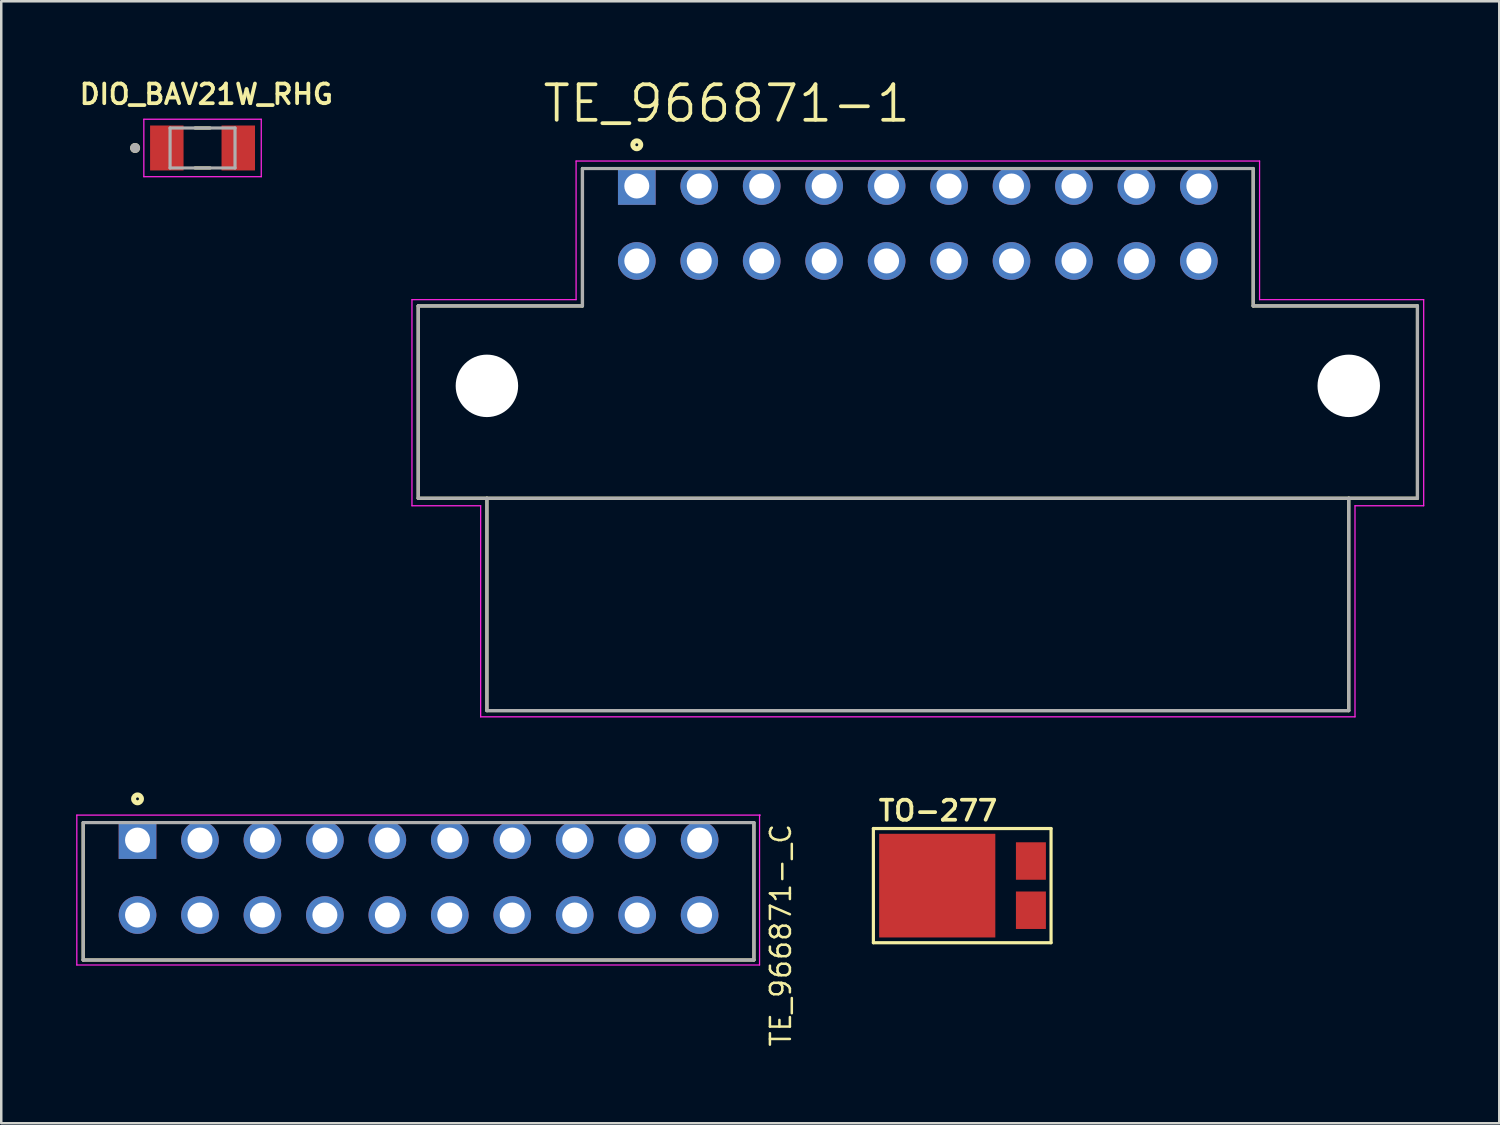
<source format=kicad_pcb>
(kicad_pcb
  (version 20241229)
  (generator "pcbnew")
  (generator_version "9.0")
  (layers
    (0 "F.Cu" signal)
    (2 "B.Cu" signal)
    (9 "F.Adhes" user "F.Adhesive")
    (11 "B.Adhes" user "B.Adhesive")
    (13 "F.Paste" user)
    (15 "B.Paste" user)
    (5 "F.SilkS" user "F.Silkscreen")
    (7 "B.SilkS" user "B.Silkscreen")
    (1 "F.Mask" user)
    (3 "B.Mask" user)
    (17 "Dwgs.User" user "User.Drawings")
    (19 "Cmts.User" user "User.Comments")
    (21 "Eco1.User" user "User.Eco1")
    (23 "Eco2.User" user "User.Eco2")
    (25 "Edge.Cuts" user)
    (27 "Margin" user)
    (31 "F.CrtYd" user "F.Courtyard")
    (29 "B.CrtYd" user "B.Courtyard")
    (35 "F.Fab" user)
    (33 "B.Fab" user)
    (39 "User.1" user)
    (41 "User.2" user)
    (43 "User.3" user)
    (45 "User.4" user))
  (footprint "DIO_BAV21W_RHG"
    (layer "F.Cu")
    (at 5.058 2.874)
    (property "Reference" "DIO_BAV21W_RHG" (at 0.15 -2.15 0) (layer "F.SilkS") (effects (font (size 0.787 0.787) (thickness 0.15))))
    (attr through_hole)
    (fp_line (start 0.3 -0.8) (end -0.3 -0.8) (stroke (width 0.127) (type solid)) (layer "F.SilkS"))
    (fp_line (start 0.3 0.8) (end -0.3 0.8) (stroke (width 0.127) (type solid)) (layer "F.SilkS"))
    (fp_circle (center -2.7 0) (end -2.6 0) (stroke (width 0.2) (type solid)) (fill no) (layer "F.SilkS"))
    (fp_line (start -2.35 -1.15) (end -2.35 1.15) (stroke (width 0.05) (type solid)) (layer "F.CrtYd"))
    (fp_line (start -2.35 1.15) (end 2.35 1.15) (stroke (width 0.05) (type solid)) (layer "F.CrtYd"))
    (fp_line (start 2.35 -1.15) (end -2.35 -1.15) (stroke (width 0.05) (type solid)) (layer "F.CrtYd"))
    (fp_line (start 2.35 1.15) (end 2.35 -1.15) (stroke (width 0.05) (type solid)) (layer "F.CrtYd"))
    (fp_line (start -1.3 -0.8) (end -1.3 0.8) (stroke (width 0.127) (type solid)) (layer "F.Fab"))
    (fp_line (start -1.3 0.8) (end 1.3 0.8) (stroke (width 0.127) (type solid)) (layer "F.Fab"))
    (fp_line (start 1.3 -0.8) (end -1.3 -0.8) (stroke (width 0.127) (type solid)) (layer "F.Fab"))
    (fp_line (start 1.3 0.8) (end 1.3 -0.8) (stroke (width 0.127) (type solid)) (layer "F.Fab"))
    (fp_circle (center -2.7 0) (end -2.6 0) (stroke (width 0.2) (type solid)) (fill no) (layer "F.Fab"))
    (pad "A" smd rect (at 1.43 0) (size 1.34 1.8) (layers "F.Cu" "F.Mask" "F.Paste"))
    (pad "C" smd rect (at -1.43 0) (size 1.34 1.8) (layers "F.Cu" "F.Mask" "F.Paste")))
  (footprint "TO-277"
    (layer "F.Cu")
    (at 35.468 32.402)
    (property "Reference" "TO-277" (at -0.968 -3 0) (layer "F.SilkS") (effects (font (size 0.8 0.8) (thickness 0.15))))
    (attr through_hole)
    (fp_line (start -3.556 -2.286) (end 3.556 -2.286) (stroke (width 0.127) (type solid)) (layer "F.SilkS"))
    (fp_line (start -3.556 2.286) (end -3.556 -2.286) (stroke (width 0.127) (type solid)) (layer "F.SilkS"))
    (fp_line (start 3.556 -2.286) (end 3.556 2.286) (stroke (width 0.127) (type solid)) (layer "F.SilkS"))
    (fp_line (start 3.556 2.286) (end -3.556 2.286) (stroke (width 0.127) (type solid)) (layer "F.SilkS"))
    (pad "1" smd rect (at 2.75 -0.985 270) (size 1.5 1.2) (layers "F.Cu" "F.Mask" "F.Paste"))
    (pad "2" smd rect (at 2.75 0.985 270) (size 1.5 1.2) (layers "F.Cu" "F.Mask" "F.Paste"))
    (pad "3" smd rect (at -1 0 90) (size 4.15 4.65) (layers "F.Cu" "F.Mask" "F.Paste")))
  (footprint "TE_966871-_C"
    (layer "F.Cu")
    (at 2.455 30.579)
    (property "Reference" "TE_966871-_C" (at 25.75 3.808 90) (layer "F.SilkS") (effects (font (size 0.8 0.8) (thickness 0.1))))
    (attr through_hole)
    (fp_line (start -2.175 4.8) (end -2.175 -0.7) (stroke (width 0.127) (type solid)) (layer "F.SilkS"))
    (fp_line (start -2.175 4.8) (end 24.675 4.8) (stroke (width 0.127) (type solid)) (layer "F.SilkS"))
    (fp_line (start 24.675 -0.7) (end 24.675 4.8) (stroke (width 0.127) (type solid)) (layer "F.SilkS"))
    (fp_circle (center 0 -1.65) (end 0.158 -1.65) (stroke (width 0.2) (type solid)) (fill no) (layer "F.SilkS"))
    (fp_line (start -2.43 -1) (end 24.93 -1) (stroke (width 0.05) (type solid)) (layer "F.CrtYd"))
    (fp_line (start -2.43 5) (end -2.43 -1) (stroke (width 0.05) (type solid)) (layer "F.CrtYd"))
    (fp_line (start -2.43 5) (end 24.9 5) (stroke (width 0.05) (type solid)) (layer "F.CrtYd"))
    (fp_line (start 24.9 -1) (end 24.9 5) (stroke (width 0.05) (type solid)) (layer "F.CrtYd"))
    (fp_line (start -2.175 -0.7) (end 24.675 -0.7) (stroke (width 0.127) (type solid)) (layer "F.Fab"))
    (fp_line (start -2.175 4.8) (end -2.175 -0.7) (stroke (width 0.127) (type solid)) (layer "F.Fab"))
    (fp_line (start 24.675 -0.7) (end 24.675 4.8) (stroke (width 0.127) (type solid)) (layer "F.Fab"))
    (fp_line (start 24.675 4.8) (end -2.175 4.8) (stroke (width 0.127) (type solid)) (layer "F.Fab"))
    (pad "1" thru_hole rect (at 0 0) (size 1.508 1.508) (drill 1) (layers "*.Cu" "*.Mask"))
    (pad "2" thru_hole circle (at 2.5 0) (size 1.508 1.508) (drill 1) (layers "*.Cu" "*.Mask"))
    (pad "3" thru_hole circle (at 5 0) (size 1.508 1.508) (drill 1) (layers "*.Cu" "*.Mask"))
    (pad "4" thru_hole circle (at 7.5 0) (size 1.508 1.508) (drill 1) (layers "*.Cu" "*.Mask"))
    (pad "5" thru_hole circle (at 10 0) (size 1.508 1.508) (drill 1) (layers "*.Cu" "*.Mask"))
    (pad "6" thru_hole circle (at 12.5 0) (size 1.508 1.508) (drill 1) (layers "*.Cu" "*.Mask"))
    (pad "7" thru_hole circle (at 15 0) (size 1.508 1.508) (drill 1) (layers "*.Cu" "*.Mask"))
    (pad "8" thru_hole circle (at 17.5 0) (size 1.508 1.508) (drill 1) (layers "*.Cu" "*.Mask"))
    (pad "9" thru_hole circle (at 20 0) (size 1.508 1.508) (drill 1) (layers "*.Cu" "*.Mask"))
    (pad "10" thru_hole circle (at 22.5 0) (size 1.508 1.508) (drill 1) (layers "*.Cu" "*.Mask"))
    (pad "11" thru_hole circle (at 0 3) (size 1.508 1.508) (drill 1) (layers "*.Cu" "*.Mask"))
    (pad "12" thru_hole circle (at 2.5 3) (size 1.508 1.508) (drill 1) (layers "*.Cu" "*.Mask"))
    (pad "13" thru_hole circle (at 5 3) (size 1.508 1.508) (drill 1) (layers "*.Cu" "*.Mask"))
    (pad "14" thru_hole circle (at 7.5 3) (size 1.508 1.508) (drill 1) (layers "*.Cu" "*.Mask"))
    (pad "15" thru_hole circle (at 10 3) (size 1.508 1.508) (drill 1) (layers "*.Cu" "*.Mask"))
    (pad "16" thru_hole circle (at 12.5 3) (size 1.508 1.508) (drill 1) (layers "*.Cu" "*.Mask"))
    (pad "17" thru_hole circle (at 15 3) (size 1.508 1.508) (drill 1) (layers "*.Cu" "*.Mask"))
    (pad "18" thru_hole circle (at 17.5 3) (size 1.508 1.508) (drill 1) (layers "*.Cu" "*.Mask"))
    (pad "19" thru_hole circle (at 20 3) (size 1.508 1.508) (drill 1) (layers "*.Cu" "*.Mask"))
    (pad "20" thru_hole circle (at 22.5 3) (size 1.508 1.508) (drill 1) (layers "*.Cu" "*.Mask")))
  (footprint "TE_966871-1"
    (layer "F.Cu")
    (at 22.441 4.396)
    (property "Reference" "TE_966871-1" (at 3.598 -3.301 0) (layer "F.SilkS") (effects (font (size 1.422 1.422) (thickness 0.15))))
    (attr through_hole)
    (fp_line (start -8.75 4.8) (end -2.175 4.8) (stroke (width 0.127) (type solid)) (layer "F.SilkS"))
    (fp_line (start -8.75 12.5) (end -8.75 4.8) (stroke (width 0.127) (type solid)) (layer "F.SilkS"))
    (fp_line (start -6 12.5) (end -8.75 12.5) (stroke (width 0.127) (type solid)) (layer "F.SilkS"))
    (fp_line (start -6 12.5) (end -6 21) (stroke (width 0.127) (type solid)) (layer "F.SilkS"))
    (fp_line (start -6 21) (end 28.5 21) (stroke (width 0.127) (type solid)) (layer "F.SilkS"))
    (fp_line (start -2.175 4.8) (end -2.175 -0.7) (stroke (width 0.127) (type solid)) (layer "F.SilkS"))
    (fp_line (start 24.675 -0.7) (end 24.675 4.8) (stroke (width 0.127) (type solid)) (layer "F.SilkS"))
    (fp_line (start 24.675 4.8) (end 31.25 4.8) (stroke (width 0.127) (type solid)) (layer "F.SilkS"))
    (fp_line (start 28.5 12.5) (end -6 12.5) (stroke (width 0.127) (type solid)) (layer "F.SilkS"))
    (fp_line (start 28.5 21) (end 28.5 12.5) (stroke (width 0.127) (type solid)) (layer "F.SilkS"))
    (fp_line (start 31.25 4.8) (end 31.25 12.5) (stroke (width 0.127) (type solid)) (layer "F.SilkS"))
    (fp_line (start 31.25 12.5) (end 28.5 12.5) (stroke (width 0.127) (type solid)) (layer "F.SilkS"))
    (fp_circle (center 0 -1.65) (end 0.158 -1.65) (stroke (width 0.2) (type solid)) (fill no) (layer "F.SilkS"))
    (fp_line (start -9 4.55) (end -2.43 4.55) (stroke (width 0.05) (type solid)) (layer "F.CrtYd"))
    (fp_line (start -9 12.8) (end -9 4.55) (stroke (width 0.05) (type solid)) (layer "F.CrtYd"))
    (fp_line (start -6.25 12.8) (end -9 12.8) (stroke (width 0.05) (type solid)) (layer "F.CrtYd"))
    (fp_line (start -6.25 21.25) (end -6.25 12.8) (stroke (width 0.05) (type solid)) (layer "F.CrtYd"))
    (fp_line (start -2.43 -1) (end 24.93 -1) (stroke (width 0.05) (type solid)) (layer "F.CrtYd"))
    (fp_line (start -2.43 4.55) (end -2.43 -1) (stroke (width 0.05) (type solid)) (layer "F.CrtYd"))
    (fp_line (start 24.93 -1) (end 24.93 4.55) (stroke (width 0.05) (type solid)) (layer "F.CrtYd"))
    (fp_line (start 24.93 4.55) (end 31.5 4.55) (stroke (width 0.05) (type solid)) (layer "F.CrtYd"))
    (fp_line (start 28.75 12.8) (end 28.75 21.25) (stroke (width 0.05) (type solid)) (layer "F.CrtYd"))
    (fp_line (start 28.75 21.25) (end -6.25 21.25) (stroke (width 0.05) (type solid)) (layer "F.CrtYd"))
    (fp_line (start 31.5 4.55) (end 31.5 12.8) (stroke (width 0.05) (type solid)) (layer "F.CrtYd"))
    (fp_line (start 31.5 12.8) (end 28.75 12.8) (stroke (width 0.05) (type solid)) (layer "F.CrtYd"))
    (fp_line (start -8.75 4.8) (end -2.175 4.8) (stroke (width 0.127) (type solid)) (layer "F.Fab"))
    (fp_line (start -8.75 12.5) (end -8.75 4.8) (stroke (width 0.127) (type solid)) (layer "F.Fab"))
    (fp_line (start -6 12.5) (end -8.75 12.5) (stroke (width 0.127) (type solid)) (layer "F.Fab"))
    (fp_line (start -6 12.5) (end -6 21) (stroke (width 0.127) (type solid)) (layer "F.Fab"))
    (fp_line (start -6 21) (end 28.5 21) (stroke (width 0.127) (type solid)) (layer "F.Fab"))
    (fp_line (start -2.175 -0.7) (end 24.675 -0.7) (stroke (width 0.127) (type solid)) (layer "F.Fab"))
    (fp_line (start -2.175 4.8) (end -2.175 -0.7) (stroke (width 0.127) (type solid)) (layer "F.Fab"))
    (fp_line (start 24.675 -0.7) (end 24.675 4.8) (stroke (width 0.127) (type solid)) (layer "F.Fab"))
    (fp_line (start 24.675 4.8) (end 31.25 4.8) (stroke (width 0.127) (type solid)) (layer "F.Fab"))
    (fp_line (start 28.5 12.5) (end -6 12.5) (stroke (width 0.127) (type solid)) (layer "F.Fab"))
    (fp_line (start 28.5 21) (end 28.5 12.5) (stroke (width 0.127) (type solid)) (layer "F.Fab"))
    (fp_line (start 31.25 4.8) (end 31.25 12.5) (stroke (width 0.127) (type solid)) (layer "F.Fab"))
    (fp_line (start 31.25 12.5) (end 28.5 12.5) (stroke (width 0.127) (type solid)) (layer "F.Fab"))
    (pad "" np_thru_hole circle (at -6 8) (size 2.5 2.5) (drill 2.5) (layers "*.Cu" "*.Mask"))
    (pad "" np_thru_hole circle (at 28.5 8) (size 2.5 2.5) (drill 2.5) (layers "*.Cu" "*.Mask"))
    (pad "1" thru_hole rect (at 0 0) (size 1.508 1.508) (drill 1) (layers "*.Cu" "*.Mask"))
    (pad "2" thru_hole circle (at 2.5 0) (size 1.508 1.508) (drill 1) (layers "*.Cu" "*.Mask"))
    (pad "3" thru_hole circle (at 5 0) (size 1.508 1.508) (drill 1) (layers "*.Cu" "*.Mask"))
    (pad "4" thru_hole circle (at 7.5 0) (size 1.508 1.508) (drill 1) (layers "*.Cu" "*.Mask"))
    (pad "5" thru_hole circle (at 10 0) (size 1.508 1.508) (drill 1) (layers "*.Cu" "*.Mask"))
    (pad "6" thru_hole circle (at 12.5 0) (size 1.508 1.508) (drill 1) (layers "*.Cu" "*.Mask"))
    (pad "7" thru_hole circle (at 15 0) (size 1.508 1.508) (drill 1) (layers "*.Cu" "*.Mask"))
    (pad "8" thru_hole circle (at 17.5 0) (size 1.508 1.508) (drill 1) (layers "*.Cu" "*.Mask"))
    (pad "9" thru_hole circle (at 20 0) (size 1.508 1.508) (drill 1) (layers "*.Cu" "*.Mask"))
    (pad "10" thru_hole circle (at 22.5 0) (size 1.508 1.508) (drill 1) (layers "*.Cu" "*.Mask"))
    (pad "11" thru_hole circle (at 0 3) (size 1.508 1.508) (drill 1) (layers "*.Cu" "*.Mask"))
    (pad "12" thru_hole circle (at 2.5 3) (size 1.508 1.508) (drill 1) (layers "*.Cu" "*.Mask"))
    (pad "13" thru_hole circle (at 5 3) (size 1.508 1.508) (drill 1) (layers "*.Cu" "*.Mask"))
    (pad "14" thru_hole circle (at 7.5 3) (size 1.508 1.508) (drill 1) (layers "*.Cu" "*.Mask"))
    (pad "15" thru_hole circle (at 10 3) (size 1.508 1.508) (drill 1) (layers "*.Cu" "*.Mask"))
    (pad "16" thru_hole circle (at 12.5 3) (size 1.508 1.508) (drill 1) (layers "*.Cu" "*.Mask"))
    (pad "17" thru_hole circle (at 15 3) (size 1.508 1.508) (drill 1) (layers "*.Cu" "*.Mask"))
    (pad "18" thru_hole circle (at 17.5 3) (size 1.508 1.508) (drill 1) (layers "*.Cu" "*.Mask"))
    (pad "19" thru_hole circle (at 20 3) (size 1.508 1.508) (drill 1) (layers "*.Cu" "*.Mask"))
    (pad "20" thru_hole circle (at 22.5 3) (size 1.508 1.508) (drill 1) (layers "*.Cu" "*.Mask")))
  (gr_rect
    (start -3 -3)
    (end 56.966 41.914)
    (stroke (width 0.1) (type default))
    (fill no)
    (layer "Edge.Cuts")))
</source>
